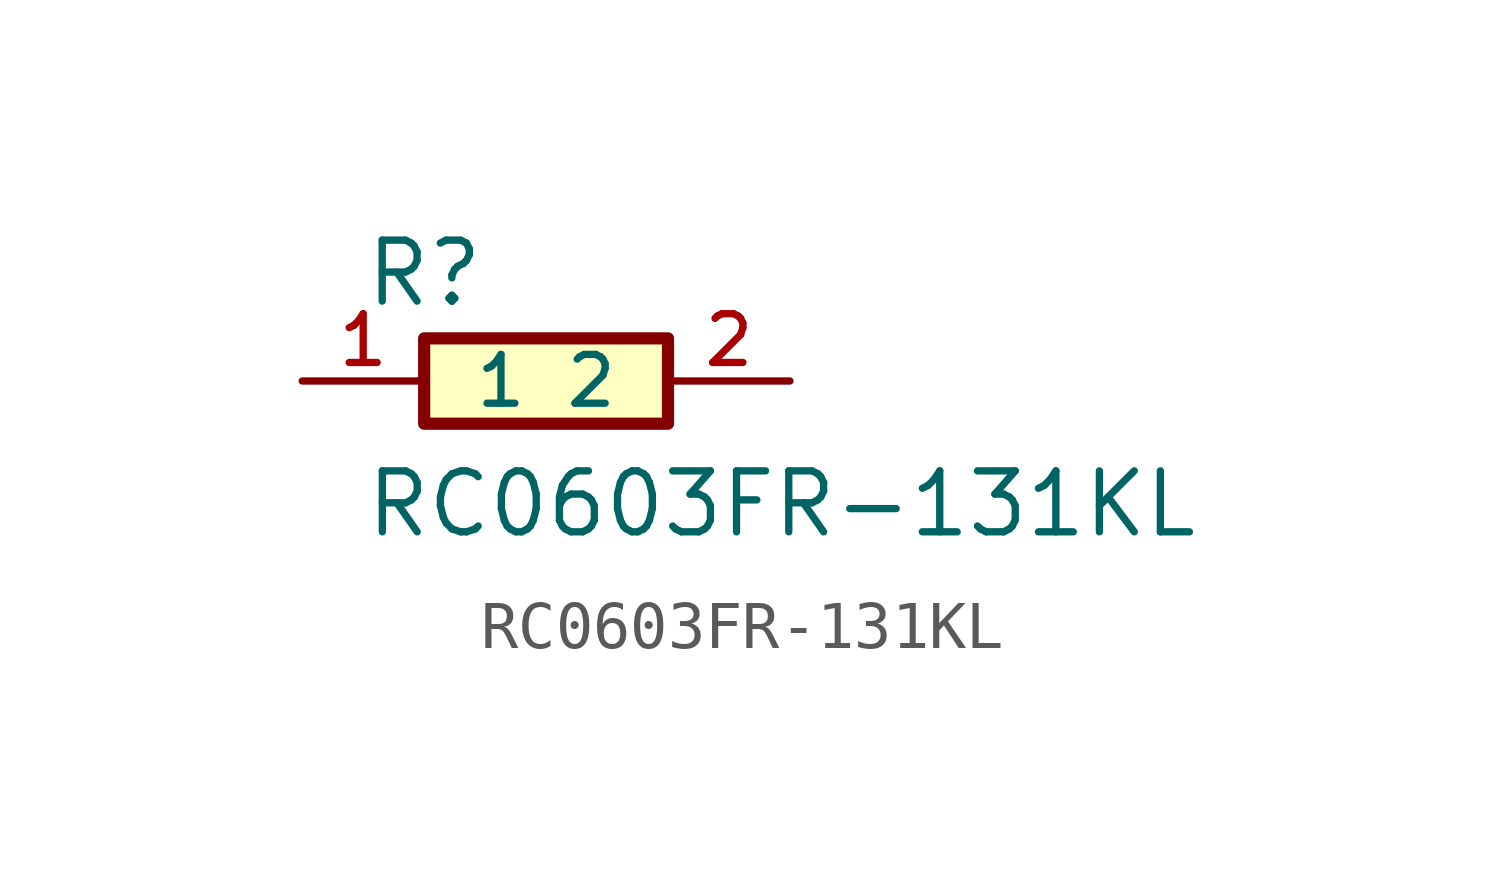
<source format=kicad_sym>
(kicad_symbol_lib
  (version 20211014)
  (generator kicad_symbol_editor)
  (symbol "RC0603FR-131KL"
    (pin_names
      (offset 1.016))
    (property "Reference" "R"
      (at -3.816 1.501 0)
      (effects (font (size 1.27 1.27)) (justify bottom left)))
    (property "Value" "RC0603FR-131KL"
      (at -3.813 -3.305 0)
      (effects (font (size 1.27 1.27)) (justify bottom left)))
    (symbol "RC0603FR-131KL_0_0"
      (rectangle (start -2.54 -0.889) (end 2.54 0.889) (stroke (width 0.254)) (fill (type background)))
      (pin passive line (at 5.08 0.0 180.0) (length 2.54) (name "2" (effects (font (size 1.016 1.016)))) (number "2" (effects (font (size 1.016 1.016)))))
      (pin passive line (at -5.08 0.0 0) (length 2.54) (name "1" (effects (font (size 1.016 1.016)))) (number "1" (effects (font (size 1.016 1.016))))))))
</source>
